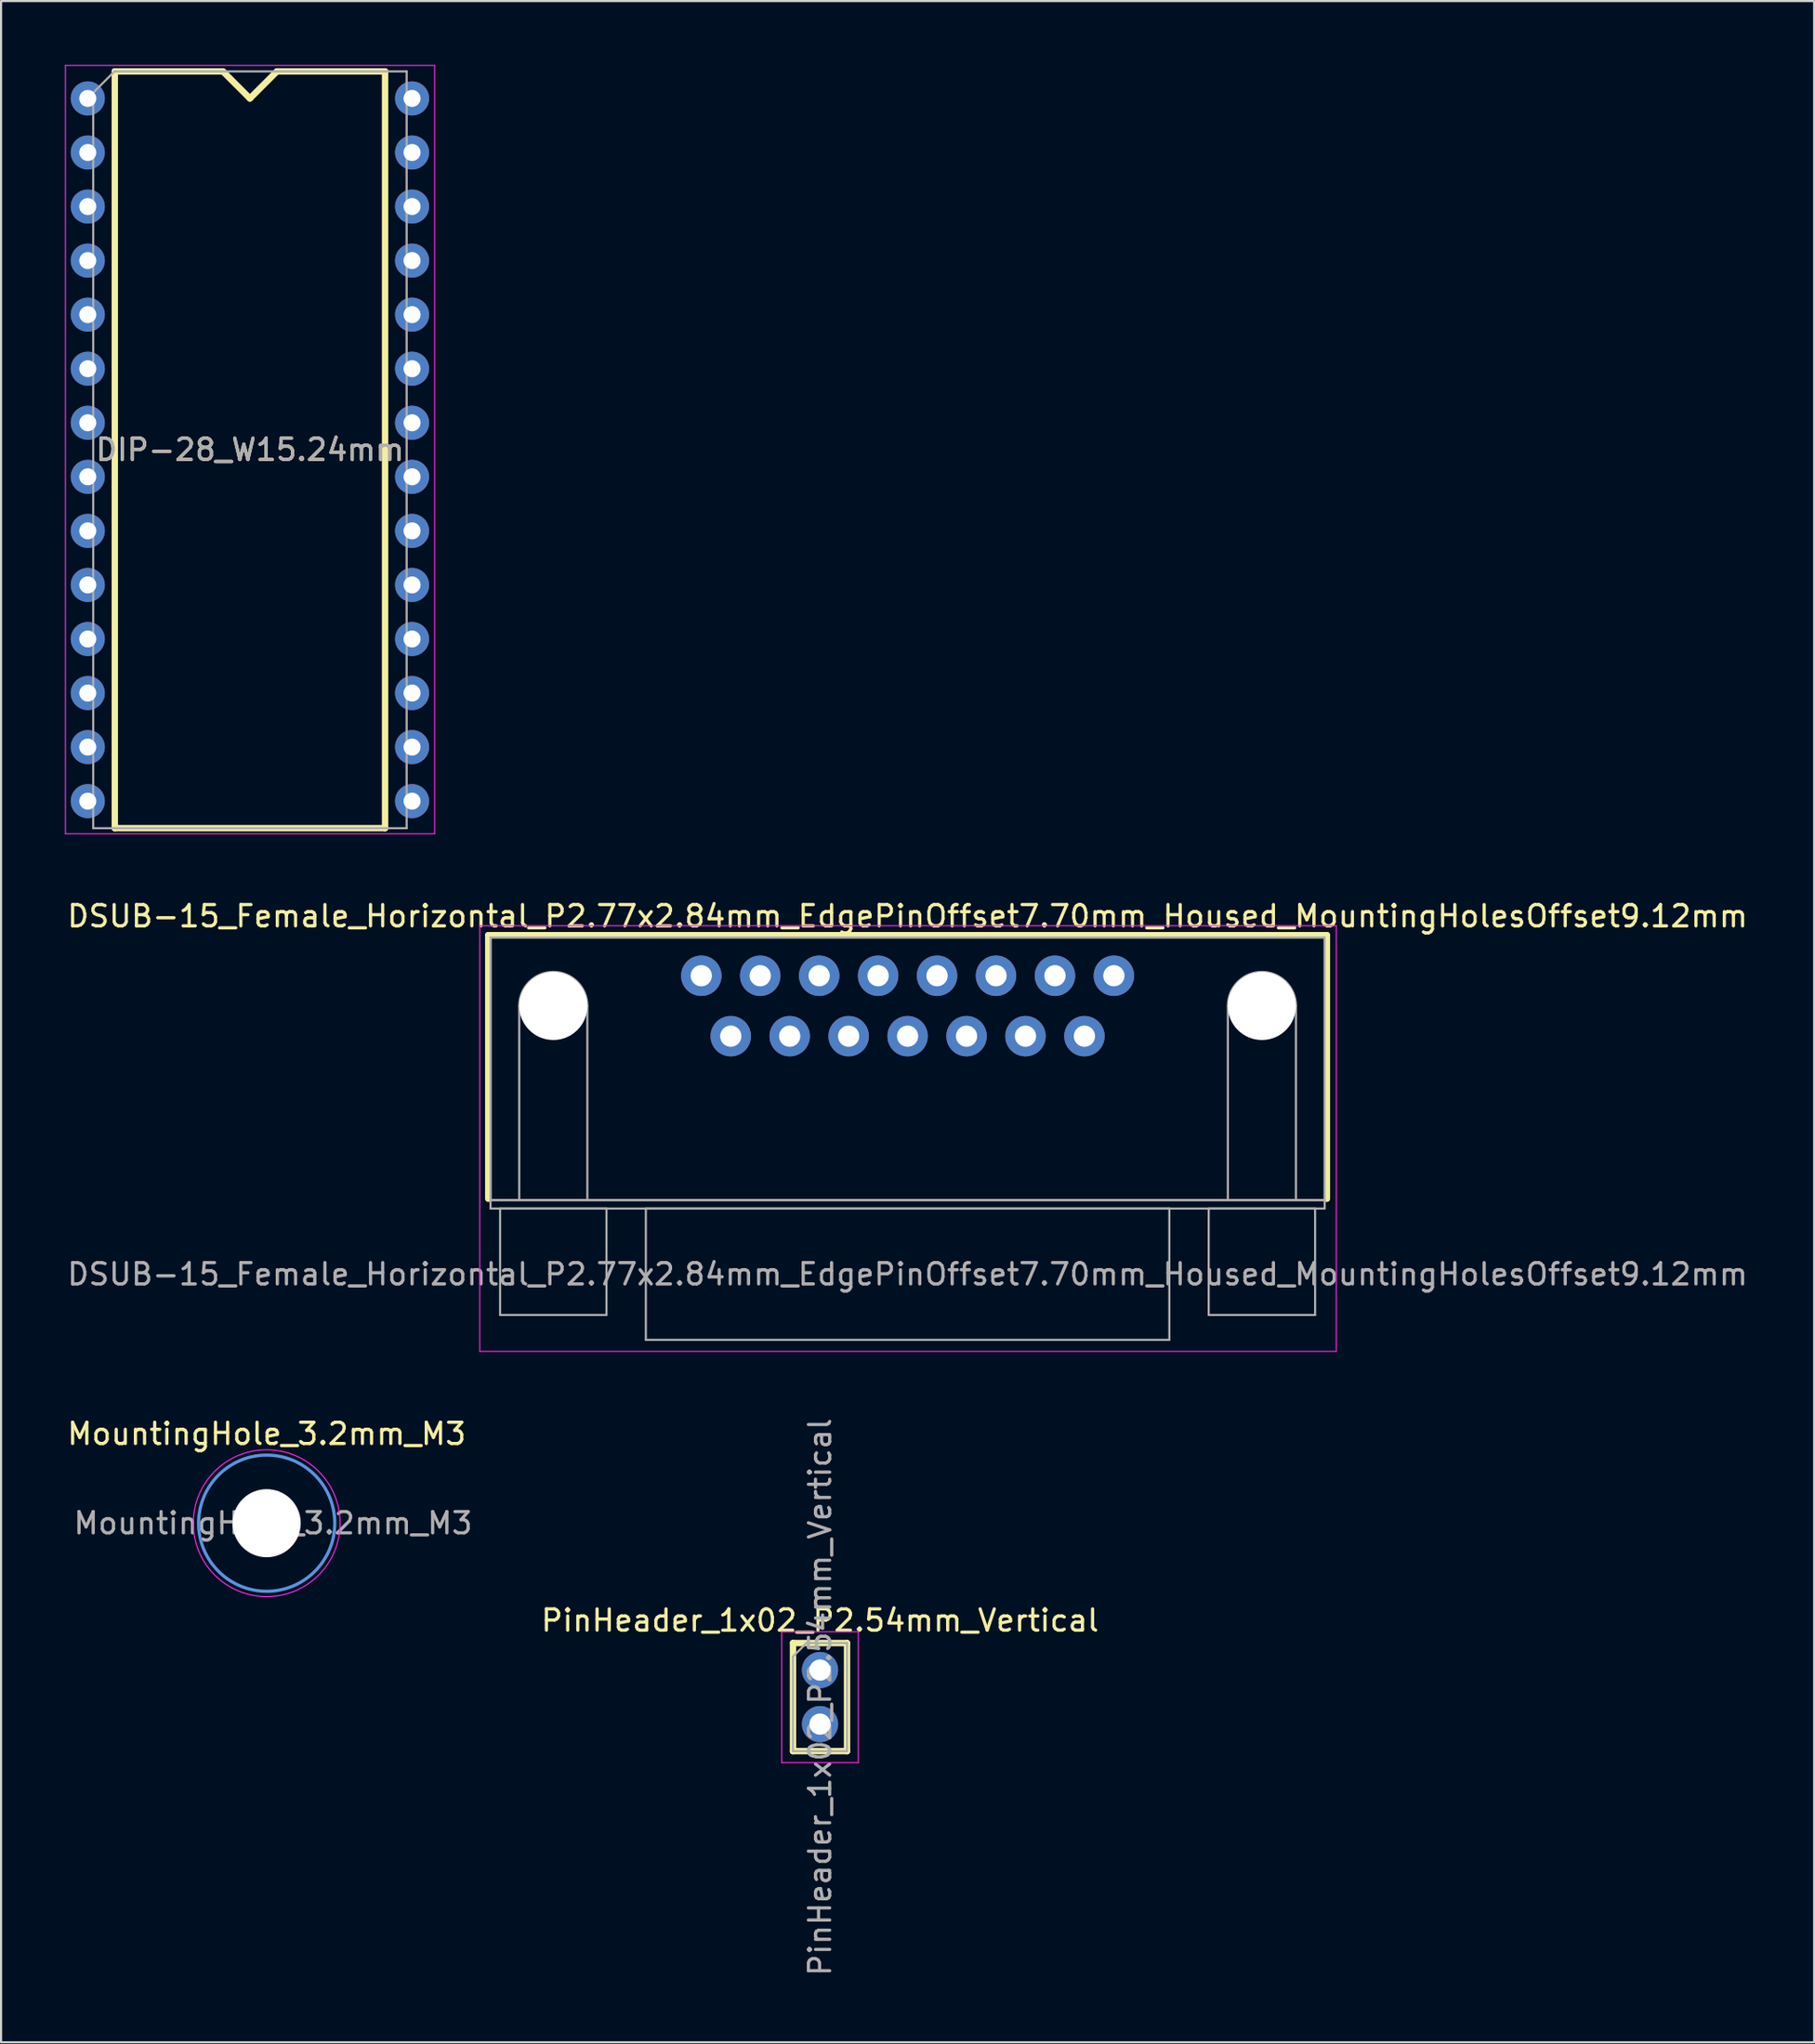
<source format=kicad_pcb>
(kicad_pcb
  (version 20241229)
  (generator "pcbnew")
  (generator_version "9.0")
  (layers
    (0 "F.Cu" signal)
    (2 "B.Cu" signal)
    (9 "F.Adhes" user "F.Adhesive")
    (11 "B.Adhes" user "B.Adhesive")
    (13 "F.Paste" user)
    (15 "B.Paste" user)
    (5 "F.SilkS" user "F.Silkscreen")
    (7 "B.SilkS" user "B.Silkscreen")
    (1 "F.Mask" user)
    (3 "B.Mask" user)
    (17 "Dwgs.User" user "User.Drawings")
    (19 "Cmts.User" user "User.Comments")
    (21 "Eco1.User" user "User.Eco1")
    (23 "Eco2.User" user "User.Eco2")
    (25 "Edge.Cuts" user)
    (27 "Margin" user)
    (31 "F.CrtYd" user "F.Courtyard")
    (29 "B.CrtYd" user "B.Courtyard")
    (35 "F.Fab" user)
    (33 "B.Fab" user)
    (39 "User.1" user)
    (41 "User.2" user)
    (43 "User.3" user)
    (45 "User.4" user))
  (footprint "MountingHole_3.2mm_M3"
    (layer "F.Cu")
    (at 9.482 68.522)
    (property "Reference" "MountingHole_3.2mm_M3" (at 0 -4.2 0) (layer "F.SilkS") (effects (font (size 1 1) (thickness 0.15))))
    (attr exclude_from_pos_files exclude_from_bom)
    (fp_circle (center 0 0) (end 3.2 0) (stroke (width 0.15) (type solid)) (fill no) (layer "Cmts.User"))
    (fp_circle (center 0 0) (end 3.45 0) (stroke (width 0.05) (type solid)) (fill no) (layer "F.CrtYd"))
    (fp_text user "${REFERENCE}" (at 0.3 0 0) (layer "F.Fab") (effects (font (size 1 1) (thickness 0.15))))
    (pad "" np_thru_hole circle (at 0 0) (size 3.2 3.2) (drill 3.2) (layers "*.Cu" "*.Mask")))
  (footprint "DIP-28_W15.24mm"
    (layer "F.Cu")
    (at 1.075 1.575)
    (property "Reference" "DIP-28_W15.24mm" (at 7.62 16.51 0) (layer "F.SilkS") (effects (font (size 1 1) (thickness 0.15))))
    (attr through_hole)
    (fp_line (start 1.27 -1.27) (end 1.27 34.29) (stroke (width 0.3) (type solid)) (layer "F.SilkS"))
    (fp_line (start 1.27 34.29) (end 13.97 34.29) (stroke (width 0.3) (type solid)) (layer "F.SilkS"))
    (fp_line (start 6.35 -1.27) (end 1.27 -1.27) (stroke (width 0.3) (type solid)) (layer "F.SilkS"))
    (fp_line (start 7.62 0) (end 6.35 -1.27) (stroke (width 0.3) (type solid)) (layer "F.SilkS"))
    (fp_line (start 8.89 -1.27) (end 7.62 0) (stroke (width 0.3) (type solid)) (layer "F.SilkS"))
    (fp_line (start 13.97 -1.27) (end 8.89 -1.27) (stroke (width 0.3) (type solid)) (layer "F.SilkS"))
    (fp_line (start 13.97 34.29) (end 13.97 -1.27) (stroke (width 0.3) (type solid)) (layer "F.SilkS"))
    (fp_line (start -1.05 -1.55) (end -1.05 34.55) (stroke (width 0.05) (type solid)) (layer "F.CrtYd"))
    (fp_line (start -1.05 34.55) (end 16.3 34.55) (stroke (width 0.05) (type solid)) (layer "F.CrtYd"))
    (fp_line (start 16.3 -1.55) (end -1.05 -1.55) (stroke (width 0.05) (type solid)) (layer "F.CrtYd"))
    (fp_line (start 16.3 34.55) (end 16.3 -1.55) (stroke (width 0.05) (type solid)) (layer "F.CrtYd"))
    (fp_line (start 0.255 -0.27) (end 1.255 -1.27) (stroke (width 0.1) (type solid)) (layer "F.Fab"))
    (fp_line (start 0.255 34.29) (end 0.255 -0.27) (stroke (width 0.1) (type solid)) (layer "F.Fab"))
    (fp_line (start 1.255 -1.27) (end 14.985 -1.27) (stroke (width 0.1) (type solid)) (layer "F.Fab"))
    (fp_line (start 14.985 -1.27) (end 14.985 34.29) (stroke (width 0.1) (type solid)) (layer "F.Fab"))
    (fp_line (start 14.985 34.29) (end 0.255 34.29) (stroke (width 0.1) (type solid)) (layer "F.Fab"))
    (fp_text user "${REFERENCE}" (at 7.62 16.51 0) (layer "F.Fab") (effects (font (size 1 1) (thickness 0.15))))
    (pad "1" thru_hole circle (at 0 0) (size 1.6 1.6) (drill 0.8) (layers "*.Cu" "*.Mask"))
    (pad "2" thru_hole oval (at 0 2.54) (size 1.6 1.6) (drill 0.8) (layers "*.Cu" "*.Mask"))
    (pad "3" thru_hole oval (at 0 5.08) (size 1.6 1.6) (drill 0.8) (layers "*.Cu" "*.Mask"))
    (pad "4" thru_hole oval (at 0 7.62) (size 1.6 1.6) (drill 0.8) (layers "*.Cu" "*.Mask"))
    (pad "5" thru_hole oval (at 0 10.16) (size 1.6 1.6) (drill 0.8) (layers "*.Cu" "*.Mask"))
    (pad "6" thru_hole oval (at 0 12.7) (size 1.6 1.6) (drill 0.8) (layers "*.Cu" "*.Mask"))
    (pad "7" thru_hole oval (at 0 15.24) (size 1.6 1.6) (drill 0.8) (layers "*.Cu" "*.Mask"))
    (pad "8" thru_hole oval (at 0 17.78) (size 1.6 1.6) (drill 0.8) (layers "*.Cu" "*.Mask"))
    (pad "9" thru_hole oval (at 0 20.32) (size 1.6 1.6) (drill 0.8) (layers "*.Cu" "*.Mask"))
    (pad "10" thru_hole oval (at 0 22.86) (size 1.6 1.6) (drill 0.8) (layers "*.Cu" "*.Mask"))
    (pad "11" thru_hole oval (at 0 25.4) (size 1.6 1.6) (drill 0.8) (layers "*.Cu" "*.Mask"))
    (pad "12" thru_hole oval (at 0 27.94) (size 1.6 1.6) (drill 0.8) (layers "*.Cu" "*.Mask"))
    (pad "13" thru_hole oval (at 0 30.48) (size 1.6 1.6) (drill 0.8) (layers "*.Cu" "*.Mask"))
    (pad "14" thru_hole oval (at 0 33.02) (size 1.6 1.6) (drill 0.8) (layers "*.Cu" "*.Mask"))
    (pad "15" thru_hole oval (at 15.24 33.02) (size 1.6 1.6) (drill 0.8) (layers "*.Cu" "*.Mask"))
    (pad "16" thru_hole oval (at 15.24 30.48) (size 1.6 1.6) (drill 0.8) (layers "*.Cu" "*.Mask"))
    (pad "17" thru_hole oval (at 15.24 27.94) (size 1.6 1.6) (drill 0.8) (layers "*.Cu" "*.Mask"))
    (pad "18" thru_hole oval (at 15.24 25.4) (size 1.6 1.6) (drill 0.8) (layers "*.Cu" "*.Mask"))
    (pad "19" thru_hole oval (at 15.24 22.86) (size 1.6 1.6) (drill 0.8) (layers "*.Cu" "*.Mask"))
    (pad "20" thru_hole oval (at 15.24 20.32) (size 1.6 1.6) (drill 0.8) (layers "*.Cu" "*.Mask"))
    (pad "21" thru_hole oval (at 15.24 17.78) (size 1.6 1.6) (drill 0.8) (layers "*.Cu" "*.Mask"))
    (pad "22" thru_hole oval (at 15.24 15.24) (size 1.6 1.6) (drill 0.8) (layers "*.Cu" "*.Mask"))
    (pad "23" thru_hole oval (at 15.24 12.7) (size 1.6 1.6) (drill 0.8) (layers "*.Cu" "*.Mask"))
    (pad "24" thru_hole oval (at 15.24 10.16) (size 1.6 1.6) (drill 0.8) (layers "*.Cu" "*.Mask"))
    (pad "25" thru_hole oval (at 15.24 7.62) (size 1.6 1.6) (drill 0.8) (layers "*.Cu" "*.Mask"))
    (pad "26" thru_hole oval (at 15.24 5.08) (size 1.6 1.6) (drill 0.8) (layers "*.Cu" "*.Mask"))
    (pad "27" thru_hole oval (at 15.24 2.54) (size 1.6 1.6) (drill 0.8) (layers "*.Cu" "*.Mask"))
    (pad "28" thru_hole oval (at 15.24 0) (size 1.6 1.6) (drill 0.8) (layers "*.Cu" "*.Mask")))
  (footprint "DSUB-15_Female_Horizontal_P2.77x2.84mm_EdgePinOffset7.70mm_Housed_MountingHolesOffset9.12mm"
    (layer "F.Cu")
    (at 49.296 42.798)
    (property "Reference" "DSUB-15_Female_Horizontal_P2.77x2.84mm_EdgePinOffset7.70mm_Housed_MountingHolesOffset9.12mm" (at -9.695 -2.8 0) (layer "F.SilkS") (effects (font (size 1 1) (thickness 0.15))))
    (attr through_hole)
    (fp_line (start -29.4 -1.905) (end 10.01 -1.905) (stroke (width 0.3) (type solid)) (layer "F.SilkS"))
    (fp_line (start -29.4 10.48) (end -29.4 -1.905) (stroke (width 0.3) (type solid)) (layer "F.SilkS"))
    (fp_line (start 10.01 -1.905) (end 10.01 10.48) (stroke (width 0.3) (type solid)) (layer "F.SilkS"))
    (fp_line (start -29.8 -2.35) (end -29.8 17.65) (stroke (width 0.05) (type solid)) (layer "F.CrtYd"))
    (fp_line (start -29.8 17.65) (end 10.45 17.65) (stroke (width 0.05) (type solid)) (layer "F.CrtYd"))
    (fp_line (start 10.45 -2.35) (end -29.8 -2.35) (stroke (width 0.05) (type solid)) (layer "F.CrtYd"))
    (fp_line (start 10.45 17.65) (end 10.45 -2.35) (stroke (width 0.05) (type solid)) (layer "F.CrtYd"))
    (fp_line (start -29.295 -1.8) (end -29.295 10.54) (stroke (width 0.1) (type solid)) (layer "F.Fab"))
    (fp_line (start -29.295 10.54) (end -29.295 10.94) (stroke (width 0.1) (type solid)) (layer "F.Fab"))
    (fp_line (start -29.295 10.54) (end 9.905 10.54) (stroke (width 0.1) (type solid)) (layer "F.Fab"))
    (fp_line (start -29.295 10.94) (end 9.905 10.94) (stroke (width 0.1) (type solid)) (layer "F.Fab"))
    (fp_line (start -28.845 10.94) (end -28.845 15.94) (stroke (width 0.1) (type solid)) (layer "F.Fab"))
    (fp_line (start -28.845 15.94) (end -23.845 15.94) (stroke (width 0.1) (type solid)) (layer "F.Fab"))
    (fp_line (start -27.945 10.54) (end -27.945 1.42) (stroke (width 0.1) (type solid)) (layer "F.Fab"))
    (fp_line (start -24.745 10.54) (end -24.745 1.42) (stroke (width 0.1) (type solid)) (layer "F.Fab"))
    (fp_line (start -23.845 10.94) (end -28.845 10.94) (stroke (width 0.1) (type solid)) (layer "F.Fab"))
    (fp_line (start -23.845 15.94) (end -23.845 10.94) (stroke (width 0.1) (type solid)) (layer "F.Fab"))
    (fp_line (start -21.995 10.94) (end -21.995 17.11) (stroke (width 0.1) (type solid)) (layer "F.Fab"))
    (fp_line (start -21.995 17.11) (end 2.605 17.11) (stroke (width 0.1) (type solid)) (layer "F.Fab"))
    (fp_line (start 2.605 10.94) (end -21.995 10.94) (stroke (width 0.1) (type solid)) (layer "F.Fab"))
    (fp_line (start 2.605 17.11) (end 2.605 10.94) (stroke (width 0.1) (type solid)) (layer "F.Fab"))
    (fp_line (start 4.455 10.94) (end 4.455 15.94) (stroke (width 0.1) (type solid)) (layer "F.Fab"))
    (fp_line (start 4.455 15.94) (end 9.455 15.94) (stroke (width 0.1) (type solid)) (layer "F.Fab"))
    (fp_line (start 5.355 10.54) (end 5.355 1.42) (stroke (width 0.1) (type solid)) (layer "F.Fab"))
    (fp_line (start 8.555 10.54) (end 8.555 1.42) (stroke (width 0.1) (type solid)) (layer "F.Fab"))
    (fp_line (start 9.455 10.94) (end 4.455 10.94) (stroke (width 0.1) (type solid)) (layer "F.Fab"))
    (fp_line (start 9.455 15.94) (end 9.455 10.94) (stroke (width 0.1) (type solid)) (layer "F.Fab"))
    (fp_line (start 9.905 -1.8) (end -29.295 -1.8) (stroke (width 0.1) (type solid)) (layer "F.Fab"))
    (fp_line (start 9.905 10.54) (end -29.295 10.54) (stroke (width 0.1) (type solid)) (layer "F.Fab"))
    (fp_line (start 9.905 10.54) (end 9.905 -1.8) (stroke (width 0.1) (type solid)) (layer "F.Fab"))
    (fp_line (start 9.905 10.94) (end 9.905 10.54) (stroke (width 0.1) (type solid)) (layer "F.Fab"))
    (fp_arc (start -27.945 1.42) (mid -26.345 -0.18) (end -24.745 1.42) (stroke (width 0.1) (type solid)) (layer "F.Fab"))
    (fp_arc (start 5.355 1.42) (mid 6.955 -0.18) (end 8.555 1.42) (stroke (width 0.1) (type solid)) (layer "F.Fab"))
    (fp_text user "${REFERENCE}" (at -9.695 14.025 0) (layer "F.Fab") (effects (font (size 1 1) (thickness 0.15))))
    (pad "" np_thru_hole circle (at -26.345 1.42) (size 3.2 3.2) (drill 3.2) (layers "*.Cu" "*.Mask"))
    (pad "" np_thru_hole circle (at 6.955 1.42) (size 3.2 3.2) (drill 3.2) (layers "*.Cu" "*.Mask"))
    (pad "1" thru_hole circle (at 0 0) (size 1.9 1.9) (drill 1) (layers "*.Cu" "*.Mask"))
    (pad "2" thru_hole circle (at -2.77 0) (size 1.9 1.9) (drill 1) (layers "*.Cu" "*.Mask"))
    (pad "3" thru_hole circle (at -5.54 0) (size 1.9 1.9) (drill 1) (layers "*.Cu" "*.Mask"))
    (pad "4" thru_hole circle (at -8.31 0) (size 1.9 1.9) (drill 1) (layers "*.Cu" "*.Mask"))
    (pad "5" thru_hole circle (at -11.08 0) (size 1.9 1.9) (drill 1) (layers "*.Cu" "*.Mask"))
    (pad "6" thru_hole circle (at -13.85 0) (size 1.9 1.9) (drill 1) (layers "*.Cu" "*.Mask"))
    (pad "7" thru_hole circle (at -16.62 0) (size 1.9 1.9) (drill 1) (layers "*.Cu" "*.Mask"))
    (pad "8" thru_hole circle (at -19.39 0) (size 1.9 1.9) (drill 1) (layers "*.Cu" "*.Mask"))
    (pad "9" thru_hole circle (at -1.385 2.84) (size 1.9 1.9) (drill 1) (layers "*.Cu" "*.Mask"))
    (pad "10" thru_hole circle (at -4.155 2.84) (size 1.9 1.9) (drill 1) (layers "*.Cu" "*.Mask"))
    (pad "11" thru_hole circle (at -6.925 2.84) (size 1.9 1.9) (drill 1) (layers "*.Cu" "*.Mask"))
    (pad "12" thru_hole circle (at -9.695 2.84) (size 1.9 1.9) (drill 1) (layers "*.Cu" "*.Mask"))
    (pad "13" thru_hole circle (at -12.465 2.84) (size 1.9 1.9) (drill 1) (layers "*.Cu" "*.Mask"))
    (pad "14" thru_hole circle (at -15.235 2.84) (size 1.9 1.9) (drill 1) (layers "*.Cu" "*.Mask"))
    (pad "15" thru_hole circle (at -18.005 2.84) (size 1.9 1.9) (drill 1) (layers "*.Cu" "*.Mask")))
  (footprint "PinHeader_1x02_P2.54mm_Vertical"
    (layer "F.Cu")
    (at 35.485 75.423)
    (property "Reference" "PinHeader_1x02_P2.54mm_Vertical" (at 0 -2.33 0) (layer "F.SilkS") (effects (font (size 1 1) (thickness 0.15))))
    (attr through_hole)
    (fp_line (start -1.27 -1.27) (end -1.27 3.81) (stroke (width 0.3) (type solid)) (layer "F.SilkS"))
    (fp_line (start -1.27 3.81) (end 1.27 3.81) (stroke (width 0.3) (type solid)) (layer "F.SilkS"))
    (fp_line (start 1.27 -1.27) (end -1.27 -1.27) (stroke (width 0.3) (type solid)) (layer "F.SilkS"))
    (fp_line (start 1.27 3.81) (end 1.27 -1.27) (stroke (width 0.3) (type solid)) (layer "F.SilkS"))
    (fp_line (start -1.8 -1.8) (end -1.8 4.35) (stroke (width 0.05) (type solid)) (layer "F.CrtYd"))
    (fp_line (start -1.8 4.35) (end 1.8 4.35) (stroke (width 0.05) (type solid)) (layer "F.CrtYd"))
    (fp_line (start 1.8 -1.8) (end -1.8 -1.8) (stroke (width 0.05) (type solid)) (layer "F.CrtYd"))
    (fp_line (start 1.8 4.35) (end 1.8 -1.8) (stroke (width 0.05) (type solid)) (layer "F.CrtYd"))
    (fp_line (start -1.27 -0.635) (end -0.635 -1.27) (stroke (width 0.1) (type solid)) (layer "F.Fab"))
    (fp_line (start -1.27 3.81) (end -1.27 -0.635) (stroke (width 0.1) (type solid)) (layer "F.Fab"))
    (fp_line (start -0.635 -1.27) (end 1.27 -1.27) (stroke (width 0.1) (type solid)) (layer "F.Fab"))
    (fp_line (start 1.27 -1.27) (end 1.27 3.81) (stroke (width 0.1) (type solid)) (layer "F.Fab"))
    (fp_line (start 1.27 3.81) (end -1.27 3.81) (stroke (width 0.1) (type solid)) (layer "F.Fab"))
    (fp_text user "${REFERENCE}" (at 0 1.27 90) (layer "F.Fab") (effects (font (size 1 1) (thickness 0.15))))
    (pad "1" thru_hole circle (at 0 0) (size 1.7 1.7) (drill 1) (layers "*.Cu" "*.Mask"))
    (pad "2" thru_hole oval (at 0 2.54) (size 1.7 1.7) (drill 1) (layers "*.Cu" "*.Mask")))
  (gr_rect
    (start -3 -3)
    (end 82.202 92.914)
    (stroke (width 0.1) (type default))
    (fill no)
    (layer "Edge.Cuts")))
</source>
